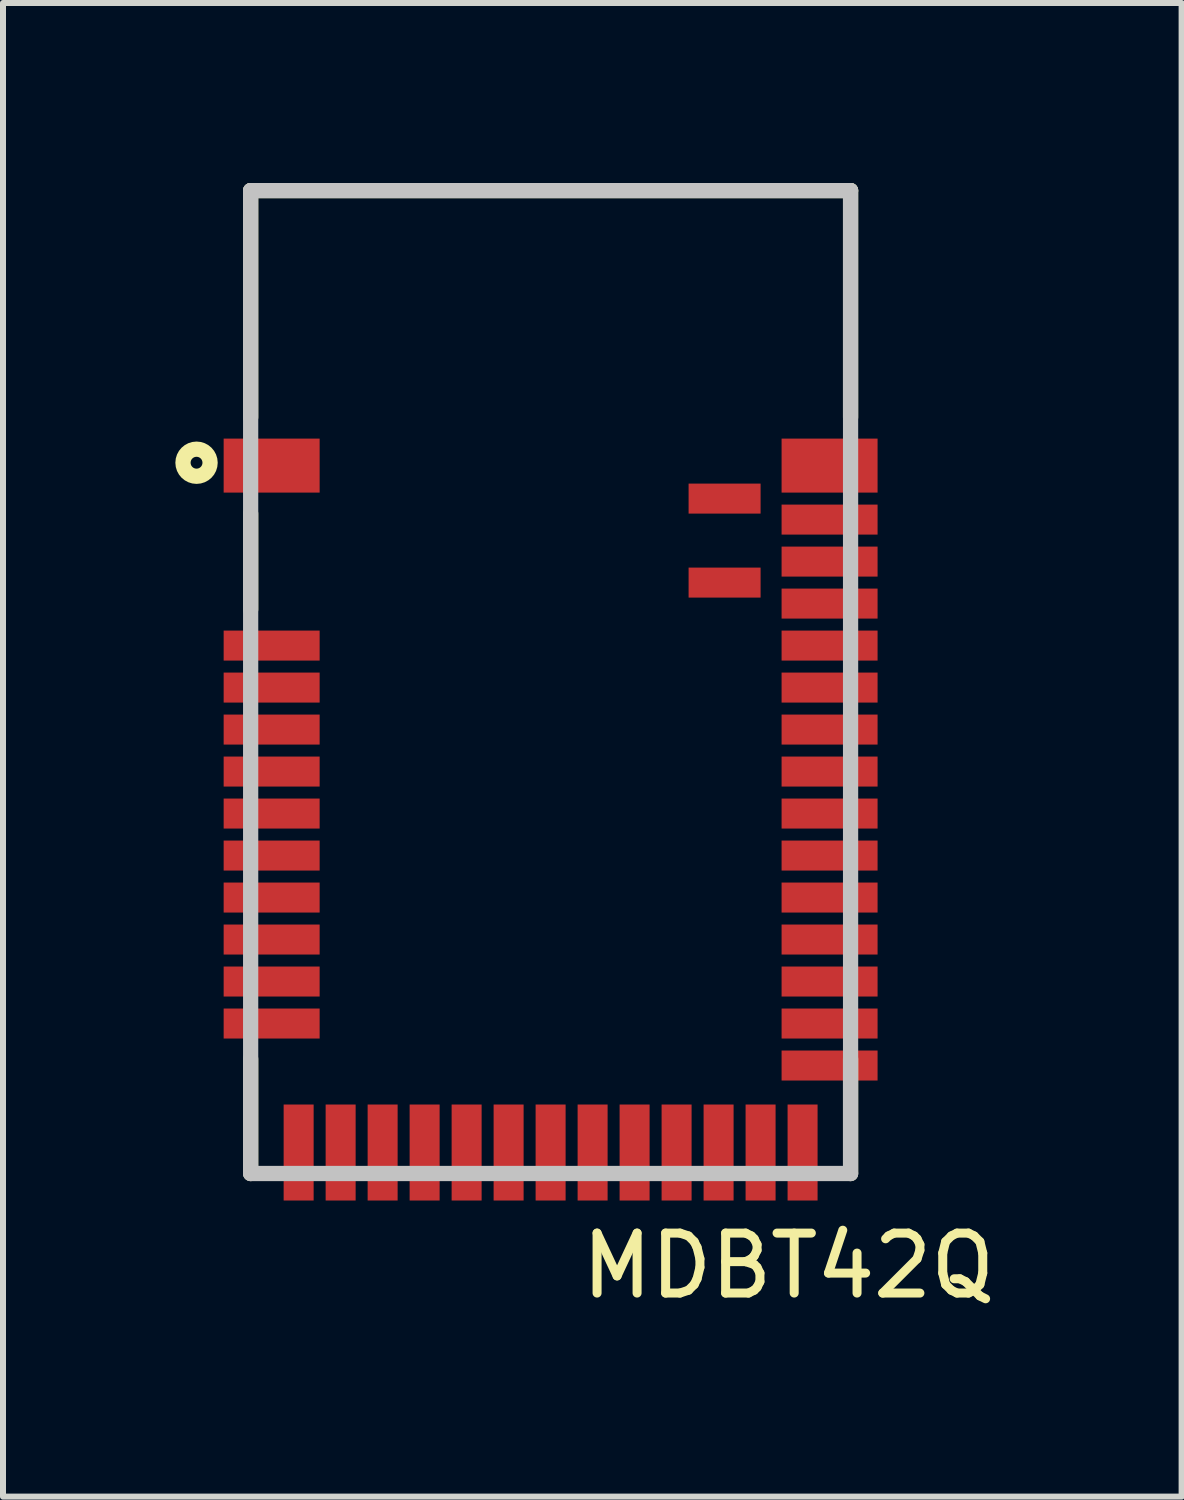
<source format=kicad_pcb>
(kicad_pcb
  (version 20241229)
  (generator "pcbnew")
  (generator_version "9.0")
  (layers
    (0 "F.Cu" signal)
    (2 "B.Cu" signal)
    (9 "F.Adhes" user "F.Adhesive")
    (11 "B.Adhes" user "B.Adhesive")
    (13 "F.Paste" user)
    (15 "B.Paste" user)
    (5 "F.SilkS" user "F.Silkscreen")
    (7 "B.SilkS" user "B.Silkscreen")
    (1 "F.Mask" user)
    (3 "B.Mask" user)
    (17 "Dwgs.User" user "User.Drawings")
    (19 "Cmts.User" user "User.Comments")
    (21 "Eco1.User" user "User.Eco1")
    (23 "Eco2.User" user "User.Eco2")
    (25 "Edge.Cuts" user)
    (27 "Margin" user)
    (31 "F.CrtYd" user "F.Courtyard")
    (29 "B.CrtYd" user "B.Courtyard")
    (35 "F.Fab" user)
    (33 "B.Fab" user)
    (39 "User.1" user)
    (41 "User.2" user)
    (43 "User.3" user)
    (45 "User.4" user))
  (footprint "MDBT42Q"
    (layer "F.Cu")
    (at 6.128 8.321)
    (property "Reference" "MDBT42Q" (at 3.965 9.728 180) (layer "F.SilkS") (effects (font (size 1 1) (thickness 0.15))))
    (attr through_hole)
    (fp_line (start -5 -8.194) (end -5 -4.414) (stroke (width 0.254) (type solid)) (layer "F.SilkS"))
    (fp_line (start -5 -8.194) (end 5 -8.194) (stroke (width 0.254) (type solid)) (layer "F.SilkS"))
    (fp_line (start -5 -2.81) (end -5 -1.21) (stroke (width 0.254) (type solid)) (layer "F.SilkS"))
    (fp_line (start -5 8.19) (end -5 6.28) (stroke (width 0.254) (type solid)) (layer "F.SilkS"))
    (fp_line (start 5 -8.194) (end 5 -4.414) (stroke (width 0.254) (type solid)) (layer "F.SilkS"))
    (fp_line (start 5 8.19) (end 5 6.28) (stroke (width 0.254) (type solid)) (layer "F.SilkS"))
    (fp_circle (center -5.902 -3.658) (end -6.001 -3.658) (stroke (width 0.254) (type solid)) (fill no) (layer "F.SilkS"))
    (fp_line (start -5 -8.194) (end 5 -8.194) (stroke (width 0.254) (type solid)) (layer "Dwgs.User"))
    (fp_line (start -5 8.19) (end -5 -8.194) (stroke (width 0.254) (type solid)) (layer "Dwgs.User"))
    (fp_line (start 5 -8.194) (end 5 8.19) (stroke (width 0.254) (type solid)) (layer "Dwgs.User"))
    (fp_line (start 5 8.19) (end -5 8.19) (stroke (width 0.254) (type solid)) (layer "Dwgs.User"))
    (pad "1" smd rect (at -4.65 -3.61 90) (size 0.9 1.6) (layers "F.Cu" "F.Mask" "F.Paste"))
    (pad "2" smd rect (at -4.65 -0.61 90) (size 0.5 1.6) (layers "F.Cu" "F.Mask" "F.Paste"))
    (pad "3" smd rect (at -4.65 0.09 90) (size 0.5 1.6) (layers "F.Cu" "F.Mask" "F.Paste"))
    (pad "4" smd rect (at -4.65 0.79 90) (size 0.5 1.6) (layers "F.Cu" "F.Mask" "F.Paste"))
    (pad "5" smd rect (at -4.65 1.49 90) (size 0.5 1.6) (layers "F.Cu" "F.Mask" "F.Paste"))
    (pad "6" smd rect (at -4.65 2.19 90) (size 0.5 1.6) (layers "F.Cu" "F.Mask" "F.Paste"))
    (pad "7" smd rect (at -4.65 2.89 90) (size 0.5 1.6) (layers "F.Cu" "F.Mask" "F.Paste"))
    (pad "8" smd rect (at -4.65 3.59 90) (size 0.5 1.6) (layers "F.Cu" "F.Mask" "F.Paste"))
    (pad "9" smd rect (at -4.65 4.29 90) (size 0.5 1.6) (layers "F.Cu" "F.Mask" "F.Paste"))
    (pad "10" smd rect (at -4.65 4.99 90) (size 0.5 1.6) (layers "F.Cu" "F.Mask" "F.Paste"))
    (pad "11" smd rect (at -4.65 5.69 90) (size 0.5 1.6) (layers "F.Cu" "F.Mask" "F.Paste"))
    (pad "12" smd rect (at -4.2 7.84) (size 0.5 1.6) (layers "F.Cu" "F.Mask" "F.Paste"))
    (pad "13" smd rect (at -3.5 7.84) (size 0.5 1.6) (layers "F.Cu" "F.Mask" "F.Paste"))
    (pad "14" smd rect (at -2.8 7.84) (size 0.5 1.6) (layers "F.Cu" "F.Mask" "F.Paste"))
    (pad "15" smd rect (at -2.1 7.84) (size 0.5 1.6) (layers "F.Cu" "F.Mask" "F.Paste"))
    (pad "16" smd rect (at -1.4 7.84) (size 0.5 1.6) (layers "F.Cu" "F.Mask" "F.Paste"))
    (pad "17" smd rect (at -0.7 7.84) (size 0.5 1.6) (layers "F.Cu" "F.Mask" "F.Paste"))
    (pad "18" smd rect (at 0 7.84) (size 0.5 1.6) (layers "F.Cu" "F.Mask" "F.Paste"))
    (pad "19" smd rect (at 0.7 7.84) (size 0.5 1.6) (layers "F.Cu" "F.Mask" "F.Paste"))
    (pad "20" smd rect (at 1.4 7.84) (size 0.5 1.6) (layers "F.Cu" "F.Mask" "F.Paste"))
    (pad "21" smd rect (at 2.1 7.84) (size 0.5 1.6) (layers "F.Cu" "F.Mask" "F.Paste"))
    (pad "22" smd rect (at 2.8 7.84) (size 0.5 1.6) (layers "F.Cu" "F.Mask" "F.Paste"))
    (pad "23" smd rect (at 3.5 7.84) (size 0.5 1.6) (layers "F.Cu" "F.Mask" "F.Paste"))
    (pad "24" smd rect (at 4.2 7.84) (size 0.5 1.6) (layers "F.Cu" "F.Mask" "F.Paste"))
    (pad "25" smd rect (at 4.65 6.39 90) (size 0.5 1.6) (layers "F.Cu" "F.Mask" "F.Paste"))
    (pad "26" smd rect (at 4.65 5.69 90) (size 0.5 1.6) (layers "F.Cu" "F.Mask" "F.Paste"))
    (pad "27" smd rect (at 4.65 4.99 90) (size 0.5 1.6) (layers "F.Cu" "F.Mask" "F.Paste"))
    (pad "28" smd rect (at 4.65 4.29 90) (size 0.5 1.6) (layers "F.Cu" "F.Mask" "F.Paste"))
    (pad "29" smd rect (at 4.65 3.59 90) (size 0.5 1.6) (layers "F.Cu" "F.Mask" "F.Paste"))
    (pad "30" smd rect (at 4.65 2.89 90) (size 0.5 1.6) (layers "F.Cu" "F.Mask" "F.Paste"))
    (pad "31" smd rect (at 4.65 2.19 90) (size 0.5 1.6) (layers "F.Cu" "F.Mask" "F.Paste"))
    (pad "32" smd rect (at 4.65 1.49 90) (size 0.5 1.6) (layers "F.Cu" "F.Mask" "F.Paste"))
    (pad "33" smd rect (at 4.65 0.79 90) (size 0.5 1.6) (layers "F.Cu" "F.Mask" "F.Paste"))
    (pad "34" smd rect (at 4.65 0.09 90) (size 0.5 1.6) (layers "F.Cu" "F.Mask" "F.Paste"))
    (pad "35" smd rect (at 4.65 -0.61 90) (size 0.5 1.6) (layers "F.Cu" "F.Mask" "F.Paste"))
    (pad "36" smd rect (at 4.65 -1.31 90) (size 0.5 1.6) (layers "F.Cu" "F.Mask" "F.Paste"))
    (pad "37" smd rect (at 4.65 -2.01 90) (size 0.5 1.6) (layers "F.Cu" "F.Mask" "F.Paste"))
    (pad "38" smd rect (at 4.65 -2.71 90) (size 0.5 1.6) (layers "F.Cu" "F.Mask" "F.Paste"))
    (pad "39" smd rect (at 4.65 -3.61 90) (size 0.9 1.6) (layers "F.Cu" "F.Mask" "F.Paste"))
    (pad "40" smd rect (at 2.9 -3.06 90) (size 0.5 1.2) (layers "F.Cu" "F.Mask" "F.Paste"))
    (pad "41" smd rect (at 2.9 -1.66 90) (size 0.5 1.2) (layers "F.Cu" "F.Mask" "F.Paste")))
  (gr_rect
    (start -3 -3)
    (end 16.646 21.897)
    (stroke (width 0.1) (type default))
    (fill no)
    (layer "Edge.Cuts")))
</source>
